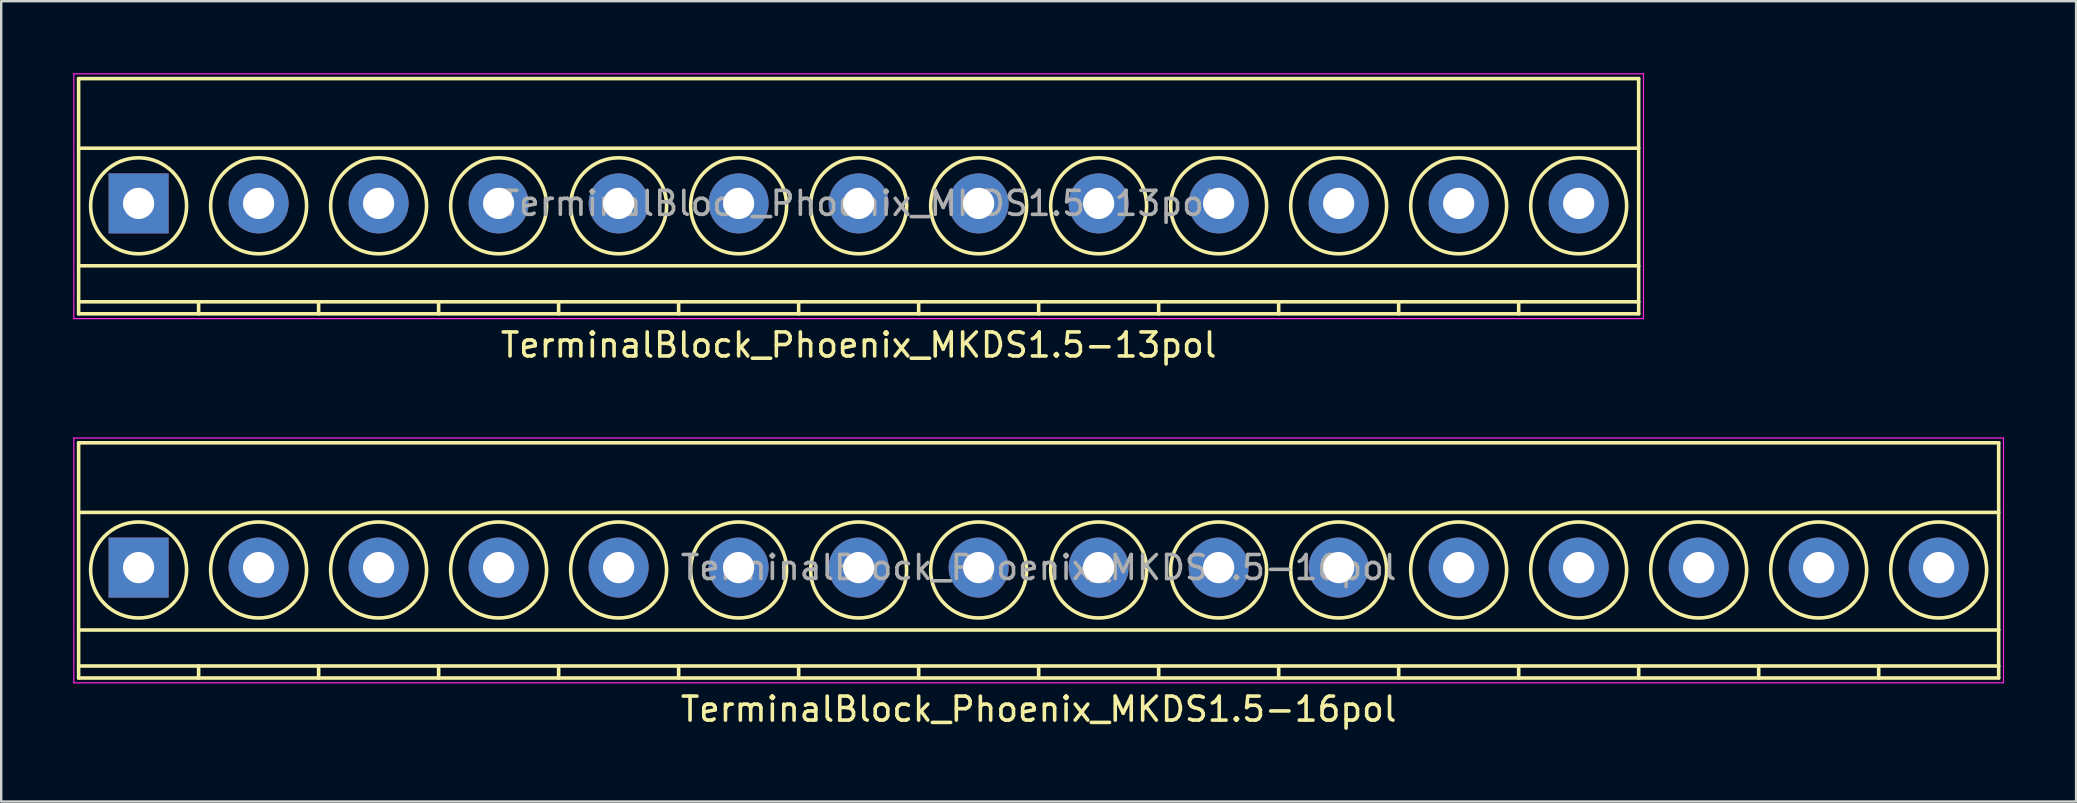
<source format=kicad_pcb>
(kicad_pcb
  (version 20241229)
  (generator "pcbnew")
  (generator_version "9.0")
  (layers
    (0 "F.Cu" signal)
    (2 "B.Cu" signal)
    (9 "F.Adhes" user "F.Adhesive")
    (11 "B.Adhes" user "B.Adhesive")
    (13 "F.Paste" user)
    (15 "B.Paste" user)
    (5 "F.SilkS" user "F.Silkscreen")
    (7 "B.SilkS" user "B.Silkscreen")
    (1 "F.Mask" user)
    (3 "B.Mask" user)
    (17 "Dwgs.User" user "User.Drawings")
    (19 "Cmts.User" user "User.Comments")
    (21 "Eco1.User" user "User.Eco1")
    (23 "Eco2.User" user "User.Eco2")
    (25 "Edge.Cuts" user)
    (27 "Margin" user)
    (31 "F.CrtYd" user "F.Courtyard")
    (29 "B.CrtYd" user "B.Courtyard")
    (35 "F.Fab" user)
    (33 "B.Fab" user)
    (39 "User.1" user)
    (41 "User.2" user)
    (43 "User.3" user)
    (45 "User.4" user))
  (footprint "TerminalBlock_Phoenix_MKDS1.5-16pol"
    (layer "F.Cu")
    (at 2.725 20.598)
    (property "Reference" "TerminalBlock_Phoenix_MKDS1.5-16pol" (at 37.5 5.9 0) (layer "F.SilkS") (effects (font (size 1 1) (thickness 0.15))))
    (attr through_hole)
    (fp_line (start -2.5 -5.2) (end -2.5 4.6) (stroke (width 0.15) (type solid)) (layer "F.SilkS"))
    (fp_line (start -2.5 -2.3) (end 77.5 -2.3) (stroke (width 0.15) (type solid)) (layer "F.SilkS"))
    (fp_line (start -2.5 2.6) (end 77.5 2.6) (stroke (width 0.15) (type solid)) (layer "F.SilkS"))
    (fp_line (start -2.5 4.1) (end 77.5 4.1) (stroke (width 0.15) (type solid)) (layer "F.SilkS"))
    (fp_line (start -2.5 4.6) (end 77.5 4.6) (stroke (width 0.15) (type solid)) (layer "F.SilkS"))
    (fp_line (start 2.5 4.1) (end 2.5 4.6) (stroke (width 0.15) (type solid)) (layer "F.SilkS"))
    (fp_line (start 7.5 4.1) (end 7.5 4.6) (stroke (width 0.15) (type solid)) (layer "F.SilkS"))
    (fp_line (start 12.5 4.1) (end 12.5 4.6) (stroke (width 0.15) (type solid)) (layer "F.SilkS"))
    (fp_line (start 17.5 4.1) (end 17.5 4.6) (stroke (width 0.15) (type solid)) (layer "F.SilkS"))
    (fp_line (start 22.5 4.1) (end 22.5 4.6) (stroke (width 0.15) (type solid)) (layer "F.SilkS"))
    (fp_line (start 27.5 4.1) (end 27.5 4.6) (stroke (width 0.15) (type solid)) (layer "F.SilkS"))
    (fp_line (start 32.5 4.1) (end 32.5 4.6) (stroke (width 0.15) (type solid)) (layer "F.SilkS"))
    (fp_line (start 37.5 4.1) (end 37.5 4.6) (stroke (width 0.15) (type solid)) (layer "F.SilkS"))
    (fp_line (start 42.5 4.1) (end 42.5 4.6) (stroke (width 0.15) (type solid)) (layer "F.SilkS"))
    (fp_line (start 47.5 4.1) (end 47.5 4.6) (stroke (width 0.15) (type solid)) (layer "F.SilkS"))
    (fp_line (start 52.5 4.1) (end 52.5 4.6) (stroke (width 0.15) (type solid)) (layer "F.SilkS"))
    (fp_line (start 57.5 4.1) (end 57.5 4.6) (stroke (width 0.15) (type solid)) (layer "F.SilkS"))
    (fp_line (start 62.5 4.1) (end 62.5 4.6) (stroke (width 0.15) (type solid)) (layer "F.SilkS"))
    (fp_line (start 67.5 4.1) (end 67.5 4.6) (stroke (width 0.15) (type solid)) (layer "F.SilkS"))
    (fp_line (start 72.5 4.1) (end 72.5 4.6) (stroke (width 0.15) (type solid)) (layer "F.SilkS"))
    (fp_line (start 77.5 -5.2) (end -2.5 -5.2) (stroke (width 0.15) (type solid)) (layer "F.SilkS"))
    (fp_line (start 77.5 4.6) (end 77.5 -5.2) (stroke (width 0.15) (type solid)) (layer "F.SilkS"))
    (fp_circle (center 0 0.1) (end 2 0.1) (stroke (width 0.15) (type solid)) (fill no) (layer "F.SilkS"))
    (fp_circle (center 5 0.1) (end 3 0.1) (stroke (width 0.15) (type solid)) (fill no) (layer "F.SilkS"))
    (fp_circle (center 10 0.1) (end 8 0.1) (stroke (width 0.15) (type solid)) (fill no) (layer "F.SilkS"))
    (fp_circle (center 15 0.1) (end 13 0.1) (stroke (width 0.15) (type solid)) (fill no) (layer "F.SilkS"))
    (fp_circle (center 20 0.1) (end 18 0.1) (stroke (width 0.15) (type solid)) (fill no) (layer "F.SilkS"))
    (fp_circle (center 25 0.1) (end 23 0.1) (stroke (width 0.15) (type solid)) (fill no) (layer "F.SilkS"))
    (fp_circle (center 30 0.1) (end 28 0.1) (stroke (width 0.15) (type solid)) (fill no) (layer "F.SilkS"))
    (fp_circle (center 35 0.1) (end 33 0.1) (stroke (width 0.15) (type solid)) (fill no) (layer "F.SilkS"))
    (fp_circle (center 40 0.1) (end 38 0.1) (stroke (width 0.15) (type solid)) (fill no) (layer "F.SilkS"))
    (fp_circle (center 45 0.1) (end 43 0.1) (stroke (width 0.15) (type solid)) (fill no) (layer "F.SilkS"))
    (fp_circle (center 50 0.1) (end 48 0.1) (stroke (width 0.15) (type solid)) (fill no) (layer "F.SilkS"))
    (fp_circle (center 55 0.1) (end 53 0.1) (stroke (width 0.15) (type solid)) (fill no) (layer "F.SilkS"))
    (fp_circle (center 60 0.1) (end 58 0.1) (stroke (width 0.15) (type solid)) (fill no) (layer "F.SilkS"))
    (fp_circle (center 65 0.1) (end 63 0.1) (stroke (width 0.15) (type solid)) (fill no) (layer "F.SilkS"))
    (fp_circle (center 70 0.1) (end 68 0.1) (stroke (width 0.15) (type solid)) (fill no) (layer "F.SilkS"))
    (fp_circle (center 75 0.1) (end 73 0.1) (stroke (width 0.15) (type solid)) (fill no) (layer "F.SilkS"))
    (fp_line (start -2.7 -5.4) (end -2.7 4.8) (stroke (width 0.05) (type solid)) (layer "F.CrtYd"))
    (fp_line (start -2.7 4.8) (end 77.7 4.8) (stroke (width 0.05) (type solid)) (layer "F.CrtYd"))
    (fp_line (start 77.7 -5.4) (end -2.7 -5.4) (stroke (width 0.05) (type solid)) (layer "F.CrtYd"))
    (fp_line (start 77.7 4.8) (end 77.7 -5.4) (stroke (width 0.05) (type solid)) (layer "F.CrtYd"))
    (fp_text user "${REFERENCE}" (at 37.5 0 0) (layer "F.Fab") (effects (font (size 1 1) (thickness 0.15))))
    (pad "1" thru_hole rect (at 0 0) (size 2.5 2.5) (drill 1.3) (layers "*.Cu" "*.Mask"))
    (pad "2" thru_hole circle (at 5 0) (size 2.5 2.5) (drill 1.3) (layers "*.Cu" "*.Mask"))
    (pad "3" thru_hole circle (at 10 0) (size 2.5 2.5) (drill 1.3) (layers "*.Cu" "*.Mask"))
    (pad "4" thru_hole circle (at 15 0) (size 2.5 2.5) (drill 1.3) (layers "*.Cu" "*.Mask"))
    (pad "5" thru_hole circle (at 20 0) (size 2.5 2.5) (drill 1.3) (layers "*.Cu" "*.Mask"))
    (pad "6" thru_hole circle (at 25 0) (size 2.5 2.5) (drill 1.3) (layers "*.Cu" "*.Mask"))
    (pad "7" thru_hole circle (at 30 0) (size 2.5 2.5) (drill 1.3) (layers "*.Cu" "*.Mask"))
    (pad "8" thru_hole circle (at 35 0) (size 2.5 2.5) (drill 1.3) (layers "*.Cu" "*.Mask"))
    (pad "9" thru_hole circle (at 40 0) (size 2.5 2.5) (drill 1.3) (layers "*.Cu" "*.Mask"))
    (pad "10" thru_hole circle (at 45 0) (size 2.5 2.5) (drill 1.3) (layers "*.Cu" "*.Mask"))
    (pad "11" thru_hole circle (at 50 0) (size 2.5 2.5) (drill 1.3) (layers "*.Cu" "*.Mask"))
    (pad "12" thru_hole circle (at 55 0) (size 2.5 2.5) (drill 1.3) (layers "*.Cu" "*.Mask"))
    (pad "13" thru_hole circle (at 60 0) (size 2.5 2.5) (drill 1.3) (layers "*.Cu" "*.Mask"))
    (pad "14" thru_hole circle (at 65 0) (size 2.5 2.5) (drill 1.3) (layers "*.Cu" "*.Mask"))
    (pad "15" thru_hole circle (at 70 0) (size 2.5 2.5) (drill 1.3) (layers "*.Cu" "*.Mask"))
    (pad "16" thru_hole circle (at 75 0) (size 2.5 2.5) (drill 1.3) (layers "*.Cu" "*.Mask")))
  (footprint "TerminalBlock_Phoenix_MKDS1.5-13pol"
    (layer "F.Cu")
    (at 2.725 5.425)
    (property "Reference" "TerminalBlock_Phoenix_MKDS1.5-13pol" (at 30 5.9 0) (layer "F.SilkS") (effects (font (size 1 1) (thickness 0.15))))
    (attr through_hole)
    (fp_line (start -2.5 -5.2) (end -2.5 4.6) (stroke (width 0.15) (type solid)) (layer "F.SilkS"))
    (fp_line (start -2.5 -2.3) (end 62.5 -2.3) (stroke (width 0.15) (type solid)) (layer "F.SilkS"))
    (fp_line (start -2.5 2.6) (end 62.5 2.6) (stroke (width 0.15) (type solid)) (layer "F.SilkS"))
    (fp_line (start -2.5 4.1) (end 62.5 4.1) (stroke (width 0.15) (type solid)) (layer "F.SilkS"))
    (fp_line (start -2.5 4.6) (end 62.5 4.6) (stroke (width 0.15) (type solid)) (layer "F.SilkS"))
    (fp_line (start 2.5 4.1) (end 2.5 4.6) (stroke (width 0.15) (type solid)) (layer "F.SilkS"))
    (fp_line (start 7.5 4.1) (end 7.5 4.6) (stroke (width 0.15) (type solid)) (layer "F.SilkS"))
    (fp_line (start 12.5 4.1) (end 12.5 4.6) (stroke (width 0.15) (type solid)) (layer "F.SilkS"))
    (fp_line (start 17.5 4.1) (end 17.5 4.6) (stroke (width 0.15) (type solid)) (layer "F.SilkS"))
    (fp_line (start 22.5 4.1) (end 22.5 4.6) (stroke (width 0.15) (type solid)) (layer "F.SilkS"))
    (fp_line (start 27.5 4.1) (end 27.5 4.6) (stroke (width 0.15) (type solid)) (layer "F.SilkS"))
    (fp_line (start 32.5 4.1) (end 32.5 4.6) (stroke (width 0.15) (type solid)) (layer "F.SilkS"))
    (fp_line (start 37.5 4.1) (end 37.5 4.6) (stroke (width 0.15) (type solid)) (layer "F.SilkS"))
    (fp_line (start 42.5 4.1) (end 42.5 4.6) (stroke (width 0.15) (type solid)) (layer "F.SilkS"))
    (fp_line (start 47.5 4.1) (end 47.5 4.6) (stroke (width 0.15) (type solid)) (layer "F.SilkS"))
    (fp_line (start 52.5 4.1) (end 52.5 4.6) (stroke (width 0.15) (type solid)) (layer "F.SilkS"))
    (fp_line (start 57.5 4.1) (end 57.5 4.6) (stroke (width 0.15) (type solid)) (layer "F.SilkS"))
    (fp_line (start 62.5 -5.2) (end -2.5 -5.2) (stroke (width 0.15) (type solid)) (layer "F.SilkS"))
    (fp_line (start 62.5 4.6) (end 62.5 -5.2) (stroke (width 0.15) (type solid)) (layer "F.SilkS"))
    (fp_circle (center 0 0.1) (end 2 0.1) (stroke (width 0.15) (type solid)) (fill no) (layer "F.SilkS"))
    (fp_circle (center 5 0.1) (end 3 0.1) (stroke (width 0.15) (type solid)) (fill no) (layer "F.SilkS"))
    (fp_circle (center 10 0.1) (end 8 0.1) (stroke (width 0.15) (type solid)) (fill no) (layer "F.SilkS"))
    (fp_circle (center 15 0.1) (end 13 0.1) (stroke (width 0.15) (type solid)) (fill no) (layer "F.SilkS"))
    (fp_circle (center 20 0.1) (end 18 0.1) (stroke (width 0.15) (type solid)) (fill no) (layer "F.SilkS"))
    (fp_circle (center 25 0.1) (end 23 0.1) (stroke (width 0.15) (type solid)) (fill no) (layer "F.SilkS"))
    (fp_circle (center 30 0.1) (end 28 0.1) (stroke (width 0.15) (type solid)) (fill no) (layer "F.SilkS"))
    (fp_circle (center 35 0.1) (end 33 0.1) (stroke (width 0.15) (type solid)) (fill no) (layer "F.SilkS"))
    (fp_circle (center 40 0.1) (end 38 0.1) (stroke (width 0.15) (type solid)) (fill no) (layer "F.SilkS"))
    (fp_circle (center 45 0.1) (end 43 0.1) (stroke (width 0.15) (type solid)) (fill no) (layer "F.SilkS"))
    (fp_circle (center 50 0.1) (end 48 0.1) (stroke (width 0.15) (type solid)) (fill no) (layer "F.SilkS"))
    (fp_circle (center 55 0.1) (end 53 0.1) (stroke (width 0.15) (type solid)) (fill no) (layer "F.SilkS"))
    (fp_circle (center 60 0.1) (end 58 0.1) (stroke (width 0.15) (type solid)) (fill no) (layer "F.SilkS"))
    (fp_line (start -2.7 -5.4) (end 62.7 -5.4) (stroke (width 0.05) (type solid)) (layer "F.CrtYd"))
    (fp_line (start -2.7 4.8) (end -2.7 -5.4) (stroke (width 0.05) (type solid)) (layer "F.CrtYd"))
    (fp_line (start 62.7 -5.4) (end 62.7 4.8) (stroke (width 0.05) (type solid)) (layer "F.CrtYd"))
    (fp_line (start 62.7 4.8) (end -2.7 4.8) (stroke (width 0.05) (type solid)) (layer "F.CrtYd"))
    (fp_text user "${REFERENCE}" (at 30 0 0) (layer "F.Fab") (effects (font (size 1 1) (thickness 0.15))))
    (pad "1" thru_hole rect (at 0 0) (size 2.5 2.5) (drill 1.3) (layers "*.Cu" "*.Mask"))
    (pad "2" thru_hole circle (at 5 0) (size 2.5 2.5) (drill 1.3) (layers "*.Cu" "*.Mask"))
    (pad "3" thru_hole circle (at 10 0) (size 2.5 2.5) (drill 1.3) (layers "*.Cu" "*.Mask"))
    (pad "4" thru_hole circle (at 15 0) (size 2.5 2.5) (drill 1.3) (layers "*.Cu" "*.Mask"))
    (pad "5" thru_hole circle (at 20 0) (size 2.5 2.5) (drill 1.3) (layers "*.Cu" "*.Mask"))
    (pad "6" thru_hole circle (at 25 0) (size 2.5 2.5) (drill 1.3) (layers "*.Cu" "*.Mask"))
    (pad "7" thru_hole circle (at 30 0) (size 2.5 2.5) (drill 1.3) (layers "*.Cu" "*.Mask"))
    (pad "8" thru_hole circle (at 35 0) (size 2.5 2.5) (drill 1.3) (layers "*.Cu" "*.Mask"))
    (pad "9" thru_hole circle (at 40 0) (size 2.5 2.5) (drill 1.3) (layers "*.Cu" "*.Mask"))
    (pad "10" thru_hole circle (at 45 0) (size 2.5 2.5) (drill 1.3) (layers "*.Cu" "*.Mask"))
    (pad "11" thru_hole circle (at 50 0) (size 2.5 2.5) (drill 1.3) (layers "*.Cu" "*.Mask"))
    (pad "12" thru_hole circle (at 55 0) (size 2.5 2.5) (drill 1.3) (layers "*.Cu" "*.Mask"))
    (pad "13" thru_hole circle (at 60 0) (size 2.5 2.5) (drill 1.3) (layers "*.Cu" "*.Mask")))
  (gr_rect
    (start -3 -3)
    (end 83.45 30.346)
    (stroke (width 0.1) (type default))
    (fill no)
    (layer "Edge.Cuts")))
</source>
